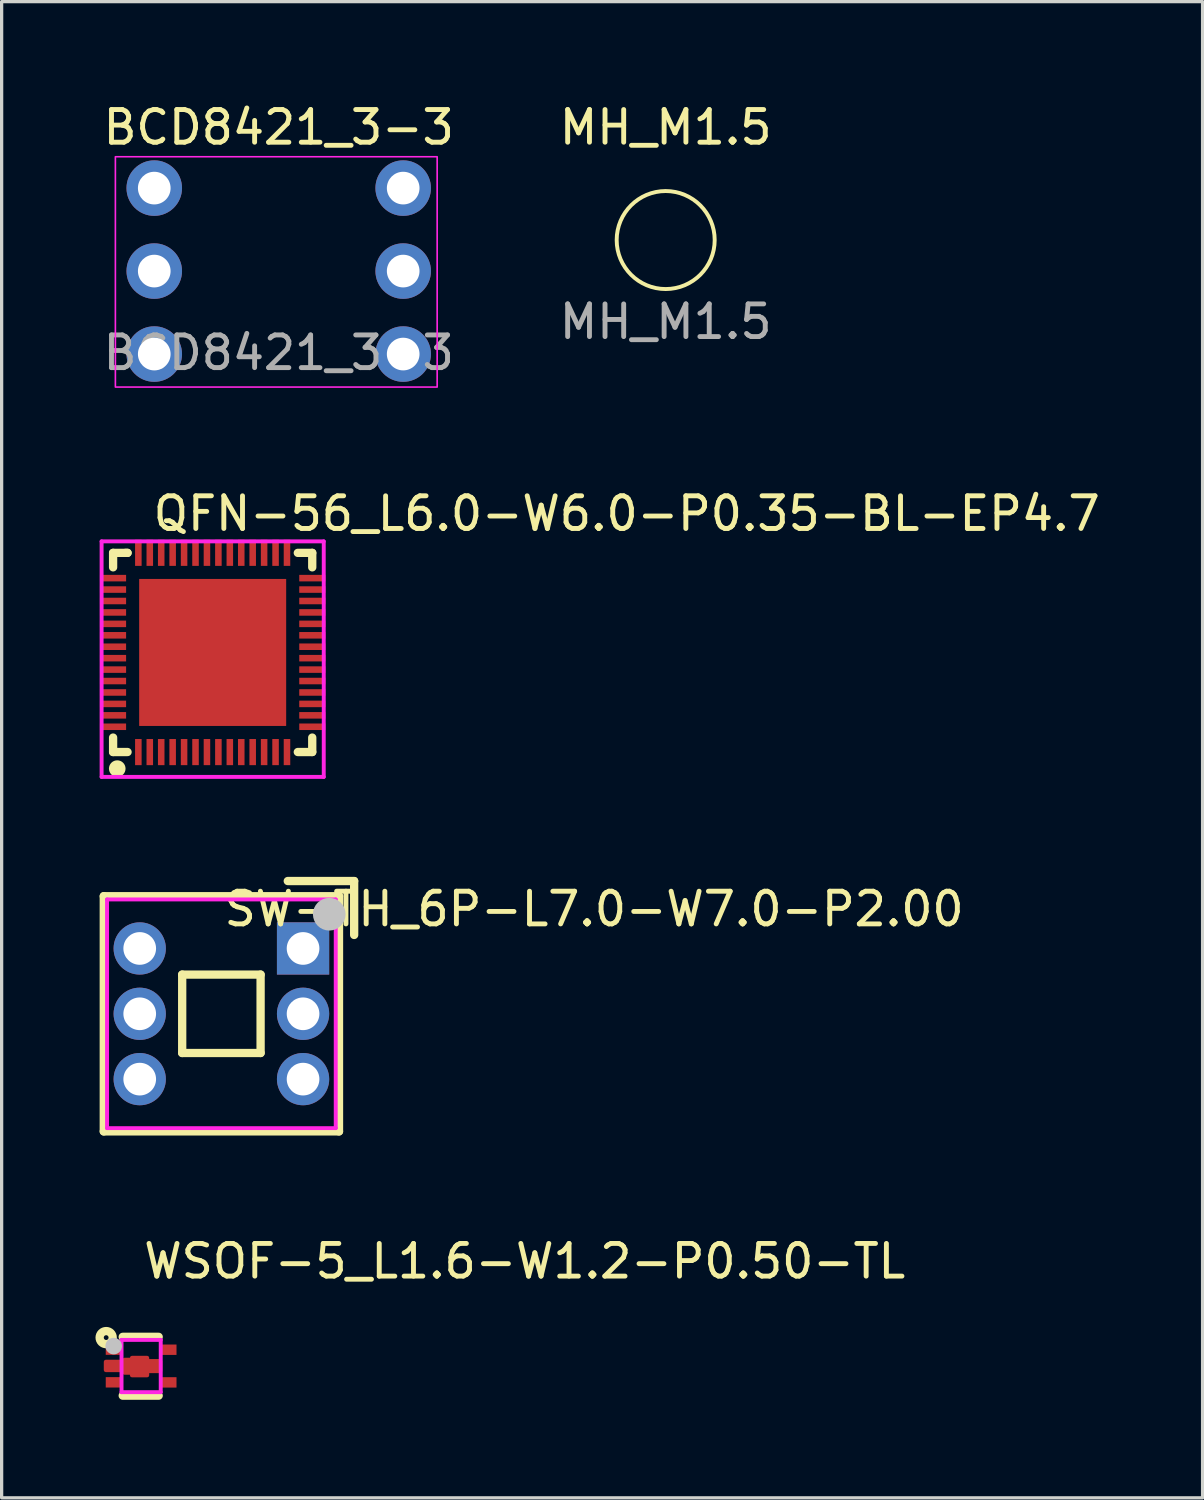
<source format=kicad_pcb>
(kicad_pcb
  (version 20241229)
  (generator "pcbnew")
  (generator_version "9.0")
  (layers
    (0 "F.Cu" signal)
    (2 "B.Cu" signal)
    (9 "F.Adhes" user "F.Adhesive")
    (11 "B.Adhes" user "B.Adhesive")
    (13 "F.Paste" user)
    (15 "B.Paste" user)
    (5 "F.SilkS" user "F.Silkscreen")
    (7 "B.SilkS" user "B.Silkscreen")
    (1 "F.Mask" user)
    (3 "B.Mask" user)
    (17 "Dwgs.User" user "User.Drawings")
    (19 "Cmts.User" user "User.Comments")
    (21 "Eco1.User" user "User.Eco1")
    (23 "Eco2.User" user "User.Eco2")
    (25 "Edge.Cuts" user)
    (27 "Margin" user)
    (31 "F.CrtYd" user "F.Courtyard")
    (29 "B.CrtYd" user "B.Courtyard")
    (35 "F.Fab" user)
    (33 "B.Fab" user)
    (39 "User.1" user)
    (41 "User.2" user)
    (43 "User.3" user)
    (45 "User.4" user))
  (footprint "MH_M1.5"
    (layer "F.Cu")
    (at 17.327 4.298)
    (property "Reference" "MH_M1.5" (at 0 -3.45 0) (unlocked yes) (layer "F.SilkS") (effects (font (size 1 1) (thickness 0.15))))
    (attr through_hole)
    (fp_circle (center 0 0) (end 1.5 0) (stroke (width 0.12) (type default)) (fill no) (layer "F.SilkS"))
    (fp_text user "${REFERENCE}" (at 0 2.5 0) (unlocked yes) (layer "F.Fab") (effects (font (size 1 1) (thickness 0.15))))
    (pad "" np_thru_hole circle (at 0 0) (size 0.001 0.001) (drill 1.6) (layers "*.Cu" "*.Mask")))
  (footprint "BCD8421_3-3"
    (layer "F.Cu")
    (at 5.482 5.248)
    (property "Reference" "BCD8421_3-3" (at 0 -4.4 0) (unlocked yes) (layer "F.SilkS") (effects (font (size 1 1) (thickness 0.15))))
    (attr through_hole)
    (fp_rect (start -5 -3.5) (end 4.85 3.55) (stroke (width 0.05) (type default)) (fill no) (layer "F.CrtYd"))
    (fp_text user "${REFERENCE}" (at 0 2.5 0) (unlocked yes) (layer "F.Fab") (effects (font (size 1 1) (thickness 0.15))))
    (pad "1" thru_hole circle (at -3.81 -2.54) (size 1.7 1.7) (drill 1) (layers "*.Cu" "*.Mask"))
    (pad "2" thru_hole circle (at -3.81 0) (size 1.7 1.7) (drill 1) (layers "*.Cu" "*.Mask"))
    (pad "3" thru_hole circle (at -3.81 2.54) (size 1.7 1.7) (drill 1) (layers "*.Cu" "*.Mask"))
    (pad "4" thru_hole circle (at 3.81 2.54) (size 1.7 1.7) (drill 1) (layers "*.Cu" "*.Mask"))
    (pad "5" thru_hole circle (at 3.81 0) (size 1.7 1.7) (drill 1) (layers "*.Cu" "*.Mask"))
    (pad "6" thru_hole circle (at 3.81 -2.54) (size 1.7 1.7) (drill 1) (layers "*.Cu" "*.Mask")))
  (footprint "SW-TH_6P-L7.0-W7.0-P2.00"
    (layer "F.Cu")
    (at 3.727 27.983)
    (property "Reference" "SW-TH_6P-L7.0-W7.0-P2.00" (at 0 -3.207 0) (layer "F.SilkS") (effects (font (size 1 1) (thickness 0.15)) (justify left)))
    (attr through_hole)
    (fp_line (start -3.6 -3.6) (end 3.6 -3.6) (stroke (width 0.254) (type solid)) (layer "F.SilkS"))
    (fp_line (start -3.6 3.6) (end -3.6 -3.6) (stroke (width 0.254) (type solid)) (layer "F.SilkS"))
    (fp_line (start -1.2 -1.2) (end 1.2 -1.2) (stroke (width 0.254) (type solid)) (layer "F.SilkS"))
    (fp_line (start -1.2 1.2) (end -1.2 -1.2) (stroke (width 0.254) (type solid)) (layer "F.SilkS"))
    (fp_line (start 1.2 -1.2) (end 1.2 1.2) (stroke (width 0.254) (type solid)) (layer "F.SilkS"))
    (fp_line (start 1.2 1.2) (end -1.2 1.2) (stroke (width 0.254) (type solid)) (layer "F.SilkS"))
    (fp_line (start 2.032 -4.064) (end 4.064 -4.064) (stroke (width 0.254) (type solid)) (layer "F.SilkS"))
    (fp_line (start 3.6 -3.6) (end 3.6 3.6) (stroke (width 0.254) (type solid)) (layer "F.SilkS"))
    (fp_line (start 3.6 3.6) (end -3.6 3.6) (stroke (width 0.254) (type solid)) (layer "F.SilkS"))
    (fp_line (start 4.064 -4.064) (end 4.064 -2.413) (stroke (width 0.254) (type solid)) (layer "F.SilkS"))
    (fp_circle (center 3.302 -3.048) (end 3.552 -3.048) (stroke (width 0.5) (type solid)) (fill no) (layer "Dwgs.User"))
    (fp_circle (center 3.5 -3.5) (end 3.53 -3.5) (stroke (width 0.06) (type solid)) (fill no) (layer "Eco2.User"))
    (fp_poly (pts (xy -2.35 -2.3) (xy -2.35 -1.7) (xy -2.65 -1.7) (xy -2.65 -2.3)) (stroke (width 0.12) (type solid)) (fill no) (layer "Eco2.User"))
    (fp_poly (pts (xy -2.35 -0.3) (xy -2.35 0.3) (xy -2.65 0.3) (xy -2.65 -0.3)) (stroke (width 0.12) (type solid)) (fill no) (layer "Eco2.User"))
    (fp_poly (pts (xy -2.35 1.7) (xy -2.35 2.3) (xy -2.65 2.3) (xy -2.65 1.7)) (stroke (width 0.12) (type solid)) (fill no) (layer "Eco2.User"))
    (fp_poly (pts (xy 2.65 -2.3) (xy 2.65 -1.7) (xy 2.35 -1.7) (xy 2.35 -2.3)) (stroke (width 0.12) (type solid)) (fill no) (layer "Eco2.User"))
    (fp_poly (pts (xy 2.65 -0.3) (xy 2.65 0.3) (xy 2.35 0.3) (xy 2.35 -0.3)) (stroke (width 0.12) (type solid)) (fill no) (layer "Eco2.User"))
    (fp_poly (pts (xy 2.65 1.7) (xy 2.65 2.3) (xy 2.35 2.3) (xy 2.35 1.7)) (stroke (width 0.12) (type solid)) (fill no) (layer "Eco2.User"))
    (fp_line (start -3.5 -3.5) (end 3.5 -3.5) (stroke (width 0.12) (type solid)) (layer "F.CrtYd"))
    (fp_line (start -3.5 3.5) (end -3.5 -3.5) (stroke (width 0.12) (type solid)) (layer "F.CrtYd"))
    (fp_line (start 3.5 -3.5) (end 3.5 3.5) (stroke (width 0.12) (type solid)) (layer "F.CrtYd"))
    (fp_line (start 3.5 3.5) (end -3.5 3.5) (stroke (width 0.12) (type solid)) (layer "F.CrtYd"))
    (pad "1" thru_hole rect (at 2.5 -2 90) (size 1.6 1.6) (drill 1) (layers "*.Cu" "*.Mask"))
    (pad "2" thru_hole circle (at 2.5 0 90) (size 1.6 1.6) (drill 1) (layers "*.Cu" "*.Mask"))
    (pad "3" thru_hole circle (at 2.5 2 90) (size 1.6 1.6) (drill 1) (layers "*.Cu" "*.Mask"))
    (pad "4" thru_hole circle (at -2.5 -2 90) (size 1.6 1.6) (drill 1) (layers "*.Cu" "*.Mask"))
    (pad "5" thru_hole circle (at -2.5 0 90) (size 1.6 1.6) (drill 1) (layers "*.Cu" "*.Mask"))
    (pad "6" thru_hole circle (at -2.5 2 90) (size 1.6 1.6) (drill 1) (layers "*.Cu" "*.Mask")))
  (footprint "WSOF-5_L1.6-W1.2-P0.50-TL"
    (layer "F.Cu")
    (at 1.27 38.765)
    (property "Reference" "WSOF-5_L1.6-W1.2-P0.50-TL" (at 0 -3.207 0) (layer "F.SilkS") (effects (font (size 1 1) (thickness 0.15)) (justify left)))
    (attr through_hole)
    (fp_line (start -0.563 0.907) (end 0.537 0.907) (stroke (width 0.254) (type solid)) (layer "F.SilkS"))
    (fp_line (start 0.537 -0.893) (end -0.563 -0.893) (stroke (width 0.254) (type solid)) (layer "F.SilkS"))
    (fp_circle (center -1.07 -0.87) (end -0.997 -0.87) (stroke (width 0.254) (type solid)) (fill no) (layer "F.SilkS"))
    (fp_circle (center -0.84 -0.61) (end -0.713 -0.61) (stroke (width 0.254) (type solid)) (fill no) (layer "Dwgs.User"))
    (fp_circle (center -0.8 -0.8) (end -0.77 -0.8) (stroke (width 0.06) (type solid)) (fill no) (layer "Eco2.User"))
    (fp_poly (pts (xy -0.58 -0.611) (xy -0.58 -0.391) (xy -0.8 -0.391) (xy -0.8 -0.611)) (stroke (width 0.12) (type solid)) (fill no) (layer "Eco2.User"))
    (fp_poly (pts (xy -0.58 0.389) (xy -0.58 0.609) (xy -0.8 0.609) (xy -0.8 0.389)) (stroke (width 0.12) (type solid)) (fill no) (layer "Eco2.User"))
    (fp_poly (pts (xy 0.8 -0.609) (xy 0.8 -0.389) (xy 0.58 -0.389) (xy 0.58 -0.609)) (stroke (width 0.12) (type solid)) (fill no) (layer "Eco2.User"))
    (fp_poly (pts (xy 0.8 0.391) (xy 0.8 0.611) (xy 0.58 0.611) (xy 0.58 0.391)) (stroke (width 0.12) (type solid)) (fill no) (layer "Eco2.User"))
    (fp_poly (pts (xy 0.587 -0.153) (xy 0.387 -0.153) (xy 0.187 -0.153) (xy 0.187 -0.193) (xy 0.187 -0.253) (xy -0.283 -0.253) (xy -0.283 -0.193) (xy -0.513 -0.193) (xy -0.513 -0.163) (xy -0.6 -0.11) (xy -0.8 -0.11) (xy -0.8 0.11) (xy -0.6 0.11) (xy -0.513 0.157) (xy -0.513 0.207) (xy -0.283 0.207) (xy -0.283 0.287) (xy 0.187 0.287) (xy 0.187 0.157) (xy 0.586 0.157)) (stroke (width 0.12) (type solid)) (fill no) (layer "Eco2.User"))
    (fp_line (start -0.6 -0.8) (end 0.6 -0.8) (stroke (width 0.12) (type solid)) (layer "F.CrtYd"))
    (fp_line (start -0.6 0.8) (end -0.6 -0.8) (stroke (width 0.12) (type solid)) (layer "F.CrtYd"))
    (fp_line (start 0.6 -0.8) (end 0.6 0.8) (stroke (width 0.12) (type solid)) (layer "F.CrtYd"))
    (fp_line (start 0.6 0.8) (end -0.6 0.8) (stroke (width 0.12) (type solid)) (layer "F.CrtYd"))
    (pad "1" smd rect (at -0.848 -0.501 90) (size 0.318 0.47) (layers "F.Cu" "F.Mask" "F.Paste"))
    (pad "2" smd custom (at -0.248 0.017 270) (size 0.102 0.102) (layers "F.Cu" "F.Mask" "F.Paste") (options (anchor circle)) (primitives (gr_poly (pts (xy -0.17 -0.835) (xy -0.17 -0.635) (xy -0.17 -0.435) (xy -0.21 -0.435) (xy -0.27 -0.435) (xy -0.27 0.035) (xy -0.21 0.035) (xy -0.21 0.265) (xy -0.15 0.265) (xy -0.15 0.835) (xy 0.11 0.835) (xy 0.11 0.265) (xy 0.19 0.265) (xy 0.19 0.035) (xy 0.27 0.035) (xy 0.27 -0.435) (xy 0.14 -0.435) (xy 0.14 -0.835)) (width 0.12) (fill yes))))
    (pad "3" smd rect (at -0.848 0.499 90) (size 0.318 0.47) (layers "F.Cu" "F.Mask" "F.Paste"))
    (pad "4" smd rect (at 0.848 0.501 90) (size 0.318 0.47) (layers "F.Cu" "F.Mask" "F.Paste"))
    (pad "5" smd rect (at 0.848 -0.499 90) (size 0.318 0.47) (layers "F.Cu" "F.Mask" "F.Paste")))
  (footprint "QFN-56_L6.0-W6.0-P0.35-BL-EP4.7"
    (layer "F.Cu")
    (at 3.46 16.922)
    (property "Reference" "QFN-56_L6.0-W6.0-P0.35-BL-EP4.7" (at -1.9 -4.25 0) (layer "F.SilkS") (effects (font (size 1 1) (thickness 0.15)) (justify left)))
    (attr through_hole)
    (fp_line (start -3.048 -3.048) (end -3.048 -2.606) (stroke (width 0.254) (type solid)) (layer "F.SilkS"))
    (fp_line (start -3.048 2.606) (end -3.048 3.048) (stroke (width 0.254) (type solid)) (layer "F.SilkS"))
    (fp_line (start -3.048 3.048) (end -2.606 3.048) (stroke (width 0.254) (type solid)) (layer "F.SilkS"))
    (fp_line (start -2.606 -3.048) (end -3.048 -3.048) (stroke (width 0.254) (type solid)) (layer "F.SilkS"))
    (fp_line (start -2.606 -3.048) (end -2.667 -3.048) (stroke (width 0.254) (type solid)) (layer "F.SilkS"))
    (fp_line (start 2.606 3.048) (end 3.048 3.048) (stroke (width 0.254) (type solid)) (layer "F.SilkS"))
    (fp_line (start 3.048 -3.048) (end 2.606 -3.048) (stroke (width 0.254) (type solid)) (layer "F.SilkS"))
    (fp_line (start 3.048 -2.606) (end 3.048 -3.048) (stroke (width 0.254) (type solid)) (layer "F.SilkS"))
    (fp_line (start 3.048 3.048) (end 3.048 2.606) (stroke (width 0.254) (type solid)) (layer "F.SilkS"))
    (fp_circle (center -2.921 3.556) (end -2.794 3.556) (stroke (width 0.254) (type solid)) (fill no) (layer "F.SilkS"))
    (fp_circle (center -3.4 3.81) (end -3.37 3.81) (stroke (width 0.06) (type solid)) (fill no) (layer "Eco2.User"))
    (fp_line (start -3.4 -3.4) (end 3.4 -3.4) (stroke (width 0.12) (type solid)) (layer "F.CrtYd"))
    (fp_line (start -3.4 3.81) (end -3.4 -3.4) (stroke (width 0.12) (type solid)) (layer "F.CrtYd"))
    (fp_line (start 3.4 -3.4) (end 3.4 3.81) (stroke (width 0.12) (type solid)) (layer "F.CrtYd"))
    (fp_line (start 3.4 3.81) (end -3.4 3.81) (stroke (width 0.12) (type solid)) (layer "F.CrtYd"))
    (pad "01" smd rect (at -3.05 -2.275 270) (size 0.2 0.8) (layers "F.Cu" "F.Mask" "F.Paste"))
    (pad "02" smd rect (at -3.05 -1.925 270) (size 0.2 0.8) (layers "F.Cu" "F.Mask" "F.Paste"))
    (pad "03" smd rect (at -3.05 -1.575 270) (size 0.2 0.8) (layers "F.Cu" "F.Mask" "F.Paste"))
    (pad "04" smd rect (at -3.05 -1.225 270) (size 0.2 0.8) (layers "F.Cu" "F.Mask" "F.Paste"))
    (pad "05" smd rect (at -3.05 -0.875 270) (size 0.2 0.8) (layers "F.Cu" "F.Mask" "F.Paste"))
    (pad "06" smd rect (at -3.05 -0.525 270) (size 0.2 0.8) (layers "F.Cu" "F.Mask" "F.Paste"))
    (pad "07" smd rect (at -3.05 -0.175 270) (size 0.2 0.8) (layers "F.Cu" "F.Mask" "F.Paste"))
    (pad "08" smd rect (at -3.05 0.175 270) (size 0.2 0.8) (layers "F.Cu" "F.Mask" "F.Paste"))
    (pad "09" smd rect (at -3.05 0.525 270) (size 0.2 0.8) (layers "F.Cu" "F.Mask" "F.Paste"))
    (pad "10" smd rect (at -3.05 0.875 270) (size 0.2 0.8) (layers "F.Cu" "F.Mask" "F.Paste"))
    (pad "11" smd rect (at -3.05 1.225 270) (size 0.2 0.8) (layers "F.Cu" "F.Mask" "F.Paste"))
    (pad "12" smd rect (at -3.05 1.575 270) (size 0.2 0.8) (layers "F.Cu" "F.Mask" "F.Paste"))
    (pad "13" smd rect (at -3.05 1.925 270) (size 0.2 0.8) (layers "F.Cu" "F.Mask" "F.Paste"))
    (pad "14" smd rect (at -3.05 2.275 270) (size 0.2 0.8) (layers "F.Cu" "F.Mask" "F.Paste"))
    (pad "15" smd rect (at -2.275 3.05) (size 0.2 0.8) (layers "F.Cu" "F.Mask" "F.Paste"))
    (pad "16" smd rect (at -1.925 3.05) (size 0.2 0.8) (layers "F.Cu" "F.Mask" "F.Paste"))
    (pad "17" smd rect (at -1.575 3.05) (size 0.2 0.8) (layers "F.Cu" "F.Mask" "F.Paste"))
    (pad "18" smd rect (at -1.225 3.05) (size 0.2 0.8) (layers "F.Cu" "F.Mask" "F.Paste"))
    (pad "19" smd rect (at -0.875 3.05) (size 0.2 0.8) (layers "F.Cu" "F.Mask" "F.Paste"))
    (pad "20" smd rect (at -0.525 3.05) (size 0.2 0.8) (layers "F.Cu" "F.Mask" "F.Paste"))
    (pad "21" smd rect (at -0.175 3.05) (size 0.2 0.8) (layers "F.Cu" "F.Mask" "F.Paste"))
    (pad "22" smd rect (at 0.175 3.05) (size 0.2 0.8) (layers "F.Cu" "F.Mask" "F.Paste"))
    (pad "23" smd rect (at 0.525 3.05) (size 0.2 0.8) (layers "F.Cu" "F.Mask" "F.Paste"))
    (pad "24" smd rect (at 0.875 3.05) (size 0.2 0.8) (layers "F.Cu" "F.Mask" "F.Paste"))
    (pad "25" smd rect (at 1.225 3.05) (size 0.2 0.8) (layers "F.Cu" "F.Mask" "F.Paste"))
    (pad "26" smd rect (at 1.575 3.05) (size 0.2 0.8) (layers "F.Cu" "F.Mask" "F.Paste"))
    (pad "27" smd rect (at 1.925 3.05) (size 0.2 0.8) (layers "F.Cu" "F.Mask" "F.Paste"))
    (pad "28" smd rect (at 2.275 3.05) (size 0.2 0.8) (layers "F.Cu" "F.Mask" "F.Paste"))
    (pad "29" smd rect (at 3.05 2.275 90) (size 0.2 0.8) (layers "F.Cu" "F.Mask" "F.Paste"))
    (pad "30" smd rect (at 3.05 1.925 90) (size 0.2 0.8) (layers "F.Cu" "F.Mask" "F.Paste"))
    (pad "31" smd rect (at 3.05 1.575 90) (size 0.2 0.8) (layers "F.Cu" "F.Mask" "F.Paste"))
    (pad "32" smd rect (at 3.05 1.225 90) (size 0.2 0.8) (layers "F.Cu" "F.Mask" "F.Paste"))
    (pad "33" smd rect (at 3.05 0.875 90) (size 0.2 0.8) (layers "F.Cu" "F.Mask" "F.Paste"))
    (pad "34" smd rect (at 3.05 0.525 90) (size 0.2 0.8) (layers "F.Cu" "F.Mask" "F.Paste"))
    (pad "35" smd rect (at 3.05 0.175 90) (size 0.2 0.8) (layers "F.Cu" "F.Mask" "F.Paste"))
    (pad "36" smd rect (at 3.05 -0.175 90) (size 0.2 0.8) (layers "F.Cu" "F.Mask" "F.Paste"))
    (pad "37" smd rect (at 3.05 -0.525 90) (size 0.2 0.8) (layers "F.Cu" "F.Mask" "F.Paste"))
    (pad "38" smd rect (at 3.05 -0.875 90) (size 0.2 0.8) (layers "F.Cu" "F.Mask" "F.Paste"))
    (pad "39" smd rect (at 3.05 -1.225 90) (size 0.2 0.8) (layers "F.Cu" "F.Mask" "F.Paste"))
    (pad "40" smd rect (at 3.05 -1.575 90) (size 0.2 0.8) (layers "F.Cu" "F.Mask" "F.Paste"))
    (pad "41" smd rect (at 3.05 -1.925 90) (size 0.2 0.8) (layers "F.Cu" "F.Mask" "F.Paste"))
    (pad "42" smd rect (at 3.05 -2.275 90) (size 0.2 0.8) (layers "F.Cu" "F.Mask" "F.Paste"))
    (pad "43" smd rect (at 2.275 -3.05 180) (size 0.2 0.8) (layers "F.Cu" "F.Mask" "F.Paste"))
    (pad "44" smd rect (at 1.925 -3.05 180) (size 0.2 0.8) (layers "F.Cu" "F.Mask" "F.Paste"))
    (pad "45" smd rect (at 1.575 -3.05 180) (size 0.2 0.8) (layers "F.Cu" "F.Mask" "F.Paste"))
    (pad "46" smd rect (at 1.225 -3.05 180) (size 0.2 0.8) (layers "F.Cu" "F.Mask" "F.Paste"))
    (pad "47" smd rect (at 0.875 -3.05 180) (size 0.2 0.8) (layers "F.Cu" "F.Mask" "F.Paste"))
    (pad "48" smd rect (at 0.525 -3.05 180) (size 0.2 0.8) (layers "F.Cu" "F.Mask" "F.Paste"))
    (pad "49" smd rect (at 0.175 -3.05 180) (size 0.2 0.8) (layers "F.Cu" "F.Mask" "F.Paste"))
    (pad "50" smd rect (at -0.175 -3.05 180) (size 0.2 0.8) (layers "F.Cu" "F.Mask" "F.Paste"))
    (pad "51" smd rect (at -0.525 -3.05 180) (size 0.2 0.8) (layers "F.Cu" "F.Mask" "F.Paste"))
    (pad "52" smd rect (at -0.875 -3.05 180) (size 0.2 0.8) (layers "F.Cu" "F.Mask" "F.Paste"))
    (pad "53" smd rect (at -1.225 -3.05 180) (size 0.2 0.8) (layers "F.Cu" "F.Mask" "F.Paste"))
    (pad "54" smd rect (at -1.575 -3.05 180) (size 0.2 0.8) (layers "F.Cu" "F.Mask" "F.Paste"))
    (pad "55" smd rect (at -1.925 -3.05 180) (size 0.2 0.8) (layers "F.Cu" "F.Mask" "F.Paste"))
    (pad "56" smd rect (at -2.275 -3.05 180) (size 0.2 0.8) (layers "F.Cu" "F.Mask" "F.Paste"))
    (pad "57" smd rect (at 0 0) (size 4.5 4.5) (layers "F.Cu" "F.Mask" "F.Paste")))
  (gr_rect
    (start -3 -3)
    (end 33.762 42.799)
    (stroke (width 0.1) (type default))
    (fill no)
    (layer "Edge.Cuts")))
</source>
